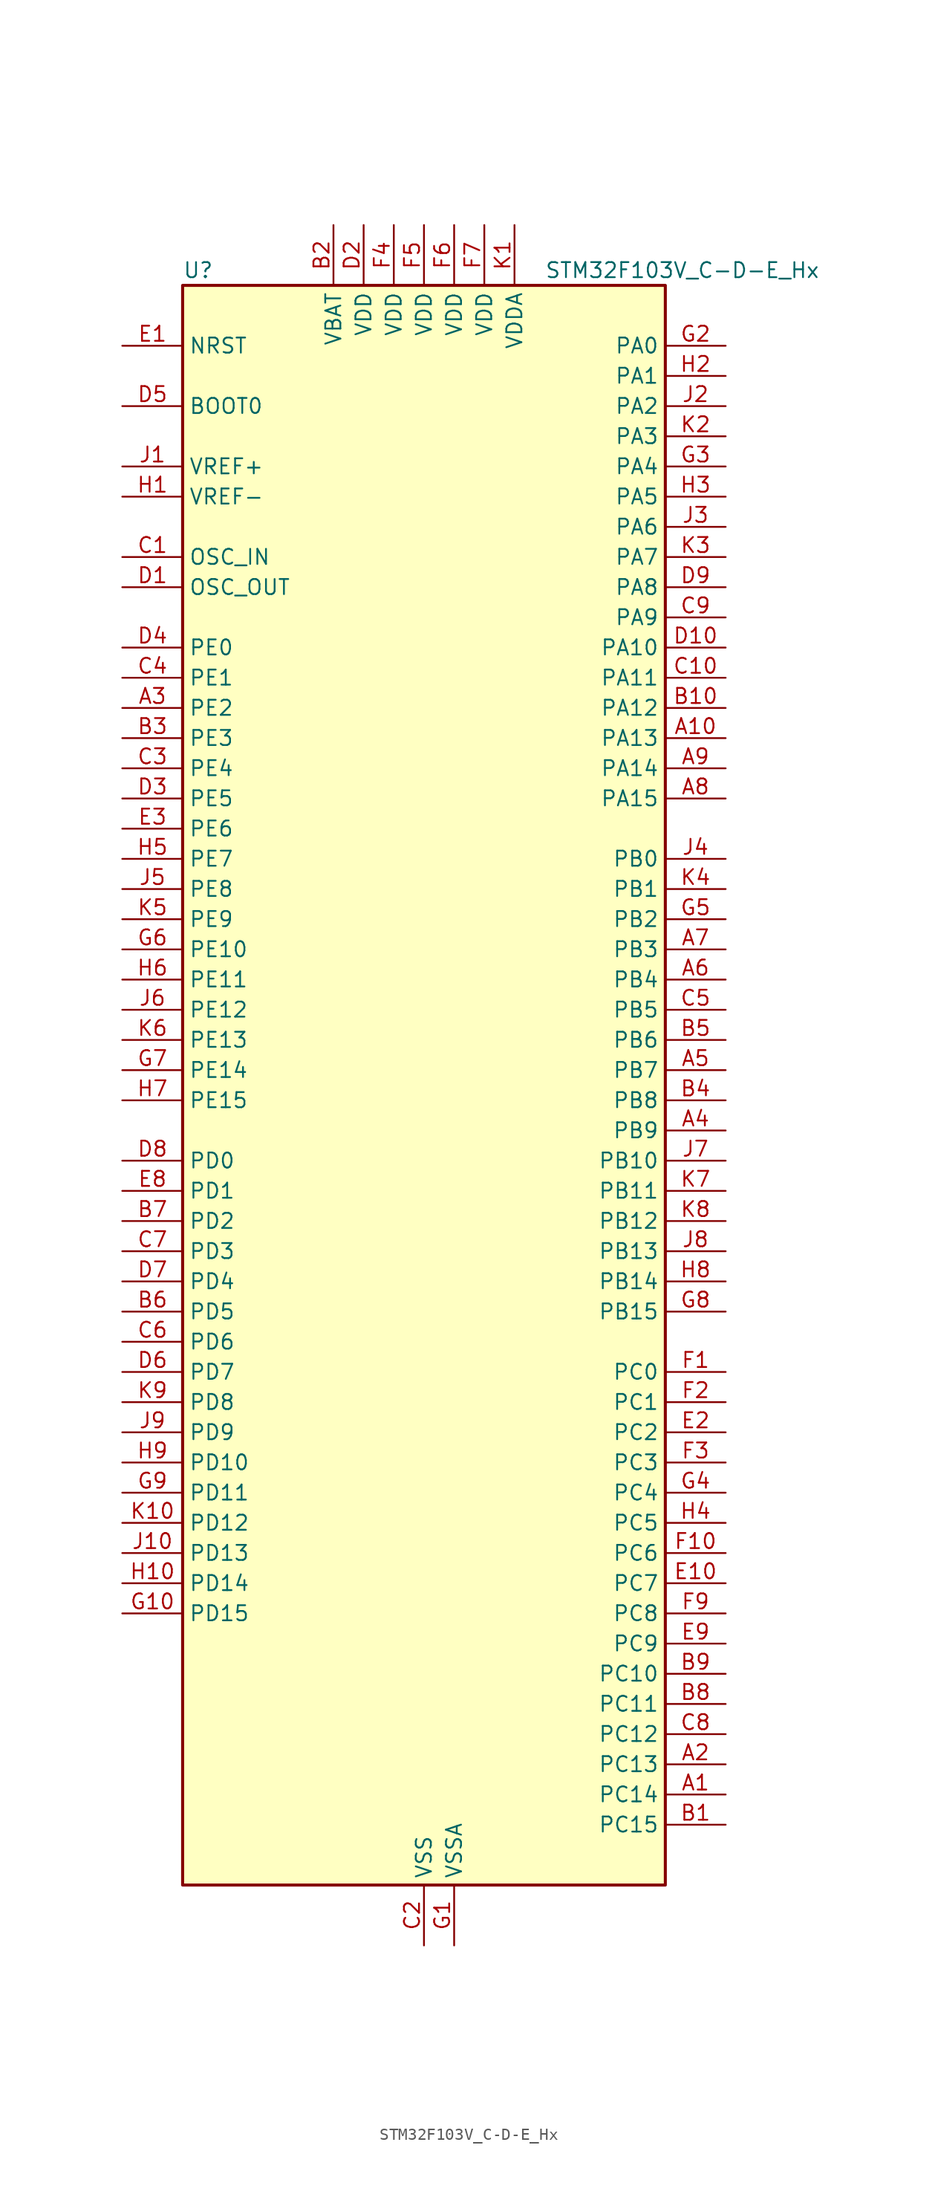
<source format=kicad_sym>
(kicad_symbol_lib
  (version 20241209)
  (generator "kicad_symbol_editor")
  (generator_version "9.0")
  (symbol "STM32F103V_C-D-E_Hx"
    (property "Reference" "U"
      (at -20.32 69.85 0)
      (effects (font (size 1.27 1.27)) (justify left)))
    (property "Value" "STM32F103V_C-D-E_Hx"
      (at 10.16 69.85 0)
      (effects (font (size 1.27 1.27)) (justify left)))
    (symbol "STM32F103V_C-D-E_Hx_0_1"
      (rectangle (start -20.32 -66.04) (end 20.32 68.58) (stroke (width 0.254) (type default)) (fill (type background))))
    (symbol "STM32F103V_C-D-E_Hx_1_1"
      (pin input line (at -25.4 63.5 0) (length 5.08) (name "NRST" (effects (font (size 1.27 1.27)))) (number "E1" (effects (font (size 1.27 1.27)))))
      (pin input line (at -25.4 58.42 0) (length 5.08) (name "BOOT0" (effects (font (size 1.27 1.27)))) (number "D5" (effects (font (size 1.27 1.27)))))
      (pin input line (at -25.4 53.34 0) (length 5.08) (name "VREF+" (effects (font (size 1.27 1.27)))) (number "J1" (effects (font (size 1.27 1.27)))))
      (pin input line (at -25.4 50.8 0) (length 5.08) (name "VREF-" (effects (font (size 1.27 1.27)))) (number "H1" (effects (font (size 1.27 1.27)))))
      (pin input line (at -25.4 45.72 0) (length 5.08) (name "OSC_IN" (effects (font (size 1.27 1.27)))) (number "C1" (effects (font (size 1.27 1.27)))) (alternate "RCC_OSC_IN" bidirectional line))
      (pin input line (at -25.4 43.18 0) (length 5.08) (name "OSC_OUT" (effects (font (size 1.27 1.27)))) (number "D1" (effects (font (size 1.27 1.27)))) (alternate "RCC_OSC_OUT" bidirectional line))
      (pin bidirectional line (at -25.4 38.1 0) (length 5.08) (name "PE0" (effects (font (size 1.27 1.27)))) (number "D4" (effects (font (size 1.27 1.27)))) (alternate "FSMC_NBL0" bidirectional line) (alternate "TIM4_ETR" bidirectional line))
      (pin bidirectional line (at -25.4 35.56 0) (length 5.08) (name "PE1" (effects (font (size 1.27 1.27)))) (number "C4" (effects (font (size 1.27 1.27)))) (alternate "FSMC_NBL1" bidirectional line))
      (pin bidirectional line (at -25.4 33.02 0) (length 5.08) (name "PE2" (effects (font (size 1.27 1.27)))) (number "A3" (effects (font (size 1.27 1.27)))) (alternate "FSMC_A23" bidirectional line) (alternate "SYS_TRACECLK" bidirectional line))
      (pin bidirectional line (at -25.4 30.48 0) (length 5.08) (name "PE3" (effects (font (size 1.27 1.27)))) (number "B3" (effects (font (size 1.27 1.27)))) (alternate "FSMC_A19" bidirectional line) (alternate "SYS_TRACED0" bidirectional line))
      (pin bidirectional line (at -25.4 27.94 0) (length 5.08) (name "PE4" (effects (font (size 1.27 1.27)))) (number "C3" (effects (font (size 1.27 1.27)))) (alternate "FSMC_A20" bidirectional line) (alternate "SYS_TRACED1" bidirectional line))
      (pin bidirectional line (at -25.4 25.4 0) (length 5.08) (name "PE5" (effects (font (size 1.27 1.27)))) (number "D3" (effects (font (size 1.27 1.27)))) (alternate "FSMC_A21" bidirectional line) (alternate "SYS_TRACED2" bidirectional line))
      (pin bidirectional line (at -25.4 22.86 0) (length 5.08) (name "PE6" (effects (font (size 1.27 1.27)))) (number "E3" (effects (font (size 1.27 1.27)))) (alternate "FSMC_A22" bidirectional line) (alternate "SYS_TRACED3" bidirectional line))
      (pin bidirectional line (at -25.4 20.32 0) (length 5.08) (name "PE7" (effects (font (size 1.27 1.27)))) (number "H5" (effects (font (size 1.27 1.27)))) (alternate "FSMC_D4" bidirectional line) (alternate "FSMC_DA4" bidirectional line) (alternate "TIM1_ETR" bidirectional line))
      (pin bidirectional line (at -25.4 17.78 0) (length 5.08) (name "PE8" (effects (font (size 1.27 1.27)))) (number "J5" (effects (font (size 1.27 1.27)))) (alternate "FSMC_D5" bidirectional line) (alternate "FSMC_DA5" bidirectional line) (alternate "TIM1_CH1N" bidirectional line))
      (pin bidirectional line (at -25.4 15.24 0) (length 5.08) (name "PE9" (effects (font (size 1.27 1.27)))) (number "K5" (effects (font (size 1.27 1.27)))) (alternate "DAC_EXTI9" bidirectional line) (alternate "FSMC_D6" bidirectional line) (alternate "FSMC_DA6" bidirectional line) (alternate "TIM1_CH1" bidirectional line))
      (pin bidirectional line (at -25.4 12.7 0) (length 5.08) (name "PE10" (effects (font (size 1.27 1.27)))) (number "G6" (effects (font (size 1.27 1.27)))) (alternate "FSMC_D7" bidirectional line) (alternate "FSMC_DA7" bidirectional line) (alternate "TIM1_CH2N" bidirectional line))
      (pin bidirectional line (at -25.4 10.16 0) (length 5.08) (name "PE11" (effects (font (size 1.27 1.27)))) (number "H6" (effects (font (size 1.27 1.27)))) (alternate "ADC1_EXTI11" bidirectional line) (alternate "ADC2_EXTI11" bidirectional line) (alternate "FSMC_D8" bidirectional line) (alternate "FSMC_DA8" bidirectional line) (alternate "TIM1_CH2" bidirectional line))
      (pin bidirectional line (at -25.4 7.62 0) (length 5.08) (name "PE12" (effects (font (size 1.27 1.27)))) (number "J6" (effects (font (size 1.27 1.27)))) (alternate "FSMC_D9" bidirectional line) (alternate "FSMC_DA9" bidirectional line) (alternate "TIM1_CH3N" bidirectional line))
      (pin bidirectional line (at -25.4 5.08 0) (length 5.08) (name "PE13" (effects (font (size 1.27 1.27)))) (number "K6" (effects (font (size 1.27 1.27)))) (alternate "FSMC_D10" bidirectional line) (alternate "FSMC_DA10" bidirectional line) (alternate "TIM1_CH3" bidirectional line))
      (pin bidirectional line (at -25.4 2.54 0) (length 5.08) (name "PE14" (effects (font (size 1.27 1.27)))) (number "G7" (effects (font (size 1.27 1.27)))) (alternate "FSMC_D11" bidirectional line) (alternate "FSMC_DA11" bidirectional line) (alternate "TIM1_CH4" bidirectional line))
      (pin bidirectional line (at -25.4 0 0) (length 5.08) (name "PE15" (effects (font (size 1.27 1.27)))) (number "H7" (effects (font (size 1.27 1.27)))) (alternate "ADC1_EXTI15" bidirectional line) (alternate "ADC2_EXTI15" bidirectional line) (alternate "FSMC_D12" bidirectional line) (alternate "FSMC_DA12" bidirectional line) (alternate "TIM1_BKIN" bidirectional line))
      (pin bidirectional line (at -25.4 -5.08 0) (length 5.08) (name "PD0" (effects (font (size 1.27 1.27)))) (number "D8" (effects (font (size 1.27 1.27)))) (alternate "CAN_RX" bidirectional line) (alternate "FSMC_D2" bidirectional line) (alternate "FSMC_DA2" bidirectional line))
      (pin bidirectional line (at -25.4 -7.62 0) (length 5.08) (name "PD1" (effects (font (size 1.27 1.27)))) (number "E8" (effects (font (size 1.27 1.27)))) (alternate "CAN_TX" bidirectional line) (alternate "FSMC_D3" bidirectional line) (alternate "FSMC_DA3" bidirectional line))
      (pin bidirectional line (at -25.4 -10.16 0) (length 5.08) (name "PD2" (effects (font (size 1.27 1.27)))) (number "B7" (effects (font (size 1.27 1.27)))) (alternate "SDIO_CMD" bidirectional line) (alternate "TIM3_ETR" bidirectional line) (alternate "UART5_RX" bidirectional line))
      (pin bidirectional line (at -25.4 -12.7 0) (length 5.08) (name "PD3" (effects (font (size 1.27 1.27)))) (number "C7" (effects (font (size 1.27 1.27)))) (alternate "FSMC_CLK" bidirectional line) (alternate "USART2_CTS" bidirectional line))
      (pin bidirectional line (at -25.4 -15.24 0) (length 5.08) (name "PD4" (effects (font (size 1.27 1.27)))) (number "D7" (effects (font (size 1.27 1.27)))) (alternate "FSMC_NOE" bidirectional line) (alternate "USART2_RTS" bidirectional line))
      (pin bidirectional line (at -25.4 -17.78 0) (length 5.08) (name "PD5" (effects (font (size 1.27 1.27)))) (number "B6" (effects (font (size 1.27 1.27)))) (alternate "FSMC_NWE" bidirectional line) (alternate "USART2_TX" bidirectional line))
      (pin bidirectional line (at -25.4 -20.32 0) (length 5.08) (name "PD6" (effects (font (size 1.27 1.27)))) (number "C6" (effects (font (size 1.27 1.27)))) (alternate "FSMC_NWAIT" bidirectional line) (alternate "USART2_RX" bidirectional line))
      (pin bidirectional line (at -25.4 -22.86 0) (length 5.08) (name "PD7" (effects (font (size 1.27 1.27)))) (number "D6" (effects (font (size 1.27 1.27)))) (alternate "FSMC_NCE2" bidirectional line) (alternate "FSMC_NE1" bidirectional line) (alternate "USART2_CK" bidirectional line))
      (pin bidirectional line (at -25.4 -25.4 0) (length 5.08) (name "PD8" (effects (font (size 1.27 1.27)))) (number "K9" (effects (font (size 1.27 1.27)))) (alternate "FSMC_D13" bidirectional line) (alternate "FSMC_DA13" bidirectional line) (alternate "USART3_TX" bidirectional line))
      (pin bidirectional line (at -25.4 -27.94 0) (length 5.08) (name "PD9" (effects (font (size 1.27 1.27)))) (number "J9" (effects (font (size 1.27 1.27)))) (alternate "DAC_EXTI9" bidirectional line) (alternate "FSMC_D14" bidirectional line) (alternate "FSMC_DA14" bidirectional line) (alternate "USART3_RX" bidirectional line))
      (pin bidirectional line (at -25.4 -30.48 0) (length 5.08) (name "PD10" (effects (font (size 1.27 1.27)))) (number "H9" (effects (font (size 1.27 1.27)))) (alternate "FSMC_D15" bidirectional line) (alternate "FSMC_DA15" bidirectional line) (alternate "USART3_CK" bidirectional line))
      (pin bidirectional line (at -25.4 -33.02 0) (length 5.08) (name "PD11" (effects (font (size 1.27 1.27)))) (number "G9" (effects (font (size 1.27 1.27)))) (alternate "ADC1_EXTI11" bidirectional line) (alternate "ADC2_EXTI11" bidirectional line) (alternate "FSMC_A16" bidirectional line) (alternate "FSMC_CLE" bidirectional line) (alternate "USART3_CTS" bidirectional line))
      (pin bidirectional line (at -25.4 -35.56 0) (length 5.08) (name "PD12" (effects (font (size 1.27 1.27)))) (number "K10" (effects (font (size 1.27 1.27)))) (alternate "FSMC_A17" bidirectional line) (alternate "FSMC_ALE" bidirectional line) (alternate "TIM4_CH1" bidirectional line) (alternate "USART3_RTS" bidirectional line))
      (pin bidirectional line (at -25.4 -38.1 0) (length 5.08) (name "PD13" (effects (font (size 1.27 1.27)))) (number "J10" (effects (font (size 1.27 1.27)))) (alternate "FSMC_A18" bidirectional line) (alternate "TIM4_CH2" bidirectional line))
      (pin bidirectional line (at -25.4 -40.64 0) (length 5.08) (name "PD14" (effects (font (size 1.27 1.27)))) (number "H10" (effects (font (size 1.27 1.27)))) (alternate "FSMC_D0" bidirectional line) (alternate "FSMC_DA0" bidirectional line) (alternate "TIM4_CH3" bidirectional line))
      (pin bidirectional line (at -25.4 -43.18 0) (length 5.08) (name "PD15" (effects (font (size 1.27 1.27)))) (number "G10" (effects (font (size 1.27 1.27)))) (alternate "ADC1_EXTI15" bidirectional line) (alternate "ADC2_EXTI15" bidirectional line) (alternate "FSMC_D1" bidirectional line) (alternate "FSMC_DA1" bidirectional line) (alternate "TIM4_CH4" bidirectional line))
      (pin no_connect line (at -20.32 -66.04 0) (length 5.08) (hide yes) (name "NC" (effects (font (size 1.27 1.27)))) (number "F8" (effects (font (size 1.27 1.27)))))
      (pin power_in line (at -7.62 73.66 270) (length 5.08) (name "VBAT" (effects (font (size 1.27 1.27)))) (number "B2" (effects (font (size 1.27 1.27)))))
      (pin power_in line (at -5.08 73.66 270) (length 5.08) (name "VDD" (effects (font (size 1.27 1.27)))) (number "D2" (effects (font (size 1.27 1.27)))))
      (pin power_in line (at -2.54 73.66 270) (length 5.08) (name "VDD" (effects (font (size 1.27 1.27)))) (number "F4" (effects (font (size 1.27 1.27)))))
      (pin power_in line (at 0 73.66 270) (length 5.08) (name "VDD" (effects (font (size 1.27 1.27)))) (number "F5" (effects (font (size 1.27 1.27)))))
      (pin power_in line (at 0 -71.12 90) (length 5.08) (name "VSS" (effects (font (size 1.27 1.27)))) (number "C2" (effects (font (size 1.27 1.27)))))
      (pin passive line (at 0 -71.12 90) (length 5.08) (hide yes) (name "VSS" (effects (font (size 1.27 1.27)))) (number "E4" (effects (font (size 1.27 1.27)))))
      (pin passive line (at 0 -71.12 90) (length 5.08) (hide yes) (name "VSS" (effects (font (size 1.27 1.27)))) (number "E5" (effects (font (size 1.27 1.27)))))
      (pin passive line (at 0 -71.12 90) (length 5.08) (hide yes) (name "VSS" (effects (font (size 1.27 1.27)))) (number "E6" (effects (font (size 1.27 1.27)))))
      (pin passive line (at 0 -71.12 90) (length 5.08) (hide yes) (name "VSS" (effects (font (size 1.27 1.27)))) (number "E7" (effects (font (size 1.27 1.27)))))
      (pin power_in line (at 2.54 73.66 270) (length 5.08) (name "VDD" (effects (font (size 1.27 1.27)))) (number "F6" (effects (font (size 1.27 1.27)))))
      (pin power_in line (at 2.54 -71.12 90) (length 5.08) (name "VSSA" (effects (font (size 1.27 1.27)))) (number "G1" (effects (font (size 1.27 1.27)))))
      (pin power_in line (at 5.08 73.66 270) (length 5.08) (name "VDD" (effects (font (size 1.27 1.27)))) (number "F7" (effects (font (size 1.27 1.27)))))
      (pin power_in line (at 7.62 73.66 270) (length 5.08) (name "VDDA" (effects (font (size 1.27 1.27)))) (number "K1" (effects (font (size 1.27 1.27)))))
      (pin bidirectional line (at 25.4 63.5 180) (length 5.08) (name "PA0" (effects (font (size 1.27 1.27)))) (number "G2" (effects (font (size 1.27 1.27)))) (alternate "ADC1_IN0" bidirectional line) (alternate "ADC2_IN0" bidirectional line) (alternate "ADC3_IN0" bidirectional line) (alternate "SYS_WKUP" bidirectional line) (alternate "TIM2_CH1" bidirectional line) (alternate "TIM2_ETR" bidirectional line) (alternate "TIM5_CH1" bidirectional line) (alternate "TIM8_ETR" bidirectional line) (alternate "USART2_CTS" bidirectional line))
      (pin bidirectional line (at 25.4 60.96 180) (length 5.08) (name "PA1" (effects (font (size 1.27 1.27)))) (number "H2" (effects (font (size 1.27 1.27)))) (alternate "ADC1_IN1" bidirectional line) (alternate "ADC2_IN1" bidirectional line) (alternate "ADC3_IN1" bidirectional line) (alternate "TIM2_CH2" bidirectional line) (alternate "TIM5_CH2" bidirectional line) (alternate "USART2_RTS" bidirectional line))
      (pin bidirectional line (at 25.4 58.42 180) (length 5.08) (name "PA2" (effects (font (size 1.27 1.27)))) (number "J2" (effects (font (size 1.27 1.27)))) (alternate "ADC1_IN2" bidirectional line) (alternate "ADC2_IN2" bidirectional line) (alternate "ADC3_IN2" bidirectional line) (alternate "TIM2_CH3" bidirectional line) (alternate "TIM5_CH3" bidirectional line) (alternate "USART2_TX" bidirectional line))
      (pin bidirectional line (at 25.4 55.88 180) (length 5.08) (name "PA3" (effects (font (size 1.27 1.27)))) (number "K2" (effects (font (size 1.27 1.27)))) (alternate "ADC1_IN3" bidirectional line) (alternate "ADC2_IN3" bidirectional line) (alternate "ADC3_IN3" bidirectional line) (alternate "TIM2_CH4" bidirectional line) (alternate "TIM5_CH4" bidirectional line) (alternate "USART2_RX" bidirectional line))
      (pin bidirectional line (at 25.4 53.34 180) (length 5.08) (name "PA4" (effects (font (size 1.27 1.27)))) (number "G3" (effects (font (size 1.27 1.27)))) (alternate "ADC1_IN4" bidirectional line) (alternate "ADC2_IN4" bidirectional line) (alternate "DAC_OUT1" bidirectional line) (alternate "SPI1_NSS" bidirectional line) (alternate "USART2_CK" bidirectional line))
      (pin bidirectional line (at 25.4 50.8 180) (length 5.08) (name "PA5" (effects (font (size 1.27 1.27)))) (number "H3" (effects (font (size 1.27 1.27)))) (alternate "ADC1_IN5" bidirectional line) (alternate "ADC2_IN5" bidirectional line) (alternate "DAC_OUT2" bidirectional line) (alternate "SPI1_SCK" bidirectional line))
      (pin bidirectional line (at 25.4 48.26 180) (length 5.08) (name "PA6" (effects (font (size 1.27 1.27)))) (number "J3" (effects (font (size 1.27 1.27)))) (alternate "ADC1_IN6" bidirectional line) (alternate "ADC2_IN6" bidirectional line) (alternate "SPI1_MISO" bidirectional line) (alternate "TIM1_BKIN" bidirectional line) (alternate "TIM3_CH1" bidirectional line) (alternate "TIM8_BKIN" bidirectional line))
      (pin bidirectional line (at 25.4 45.72 180) (length 5.08) (name "PA7" (effects (font (size 1.27 1.27)))) (number "K3" (effects (font (size 1.27 1.27)))) (alternate "ADC1_IN7" bidirectional line) (alternate "ADC2_IN7" bidirectional line) (alternate "SPI1_MOSI" bidirectional line) (alternate "TIM1_CH1N" bidirectional line) (alternate "TIM3_CH2" bidirectional line) (alternate "TIM8_CH1N" bidirectional line))
      (pin bidirectional line (at 25.4 43.18 180) (length 5.08) (name "PA8" (effects (font (size 1.27 1.27)))) (number "D9" (effects (font (size 1.27 1.27)))) (alternate "RCC_MCO" bidirectional line) (alternate "TIM1_CH1" bidirectional line) (alternate "USART1_CK" bidirectional line))
      (pin bidirectional line (at 25.4 40.64 180) (length 5.08) (name "PA9" (effects (font (size 1.27 1.27)))) (number "C9" (effects (font (size 1.27 1.27)))) (alternate "DAC_EXTI9" bidirectional line) (alternate "TIM1_CH2" bidirectional line) (alternate "USART1_TX" bidirectional line))
      (pin bidirectional line (at 25.4 38.1 180) (length 5.08) (name "PA10" (effects (font (size 1.27 1.27)))) (number "D10" (effects (font (size 1.27 1.27)))) (alternate "TIM1_CH3" bidirectional line) (alternate "USART1_RX" bidirectional line))
      (pin bidirectional line (at 25.4 35.56 180) (length 5.08) (name "PA11" (effects (font (size 1.27 1.27)))) (number "C10" (effects (font (size 1.27 1.27)))) (alternate "ADC1_EXTI11" bidirectional line) (alternate "ADC2_EXTI11" bidirectional line) (alternate "CAN_RX" bidirectional line) (alternate "TIM1_CH4" bidirectional line) (alternate "USART1_CTS" bidirectional line) (alternate "USB_DM" bidirectional line))
      (pin bidirectional line (at 25.4 33.02 180) (length 5.08) (name "PA12" (effects (font (size 1.27 1.27)))) (number "B10" (effects (font (size 1.27 1.27)))) (alternate "CAN_TX" bidirectional line) (alternate "TIM1_ETR" bidirectional line) (alternate "USART1_RTS" bidirectional line) (alternate "USB_DP" bidirectional line))
      (pin bidirectional line (at 25.4 30.48 180) (length 5.08) (name "PA13" (effects (font (size 1.27 1.27)))) (number "A10" (effects (font (size 1.27 1.27)))) (alternate "SYS_JTMS-SWDIO" bidirectional line))
      (pin bidirectional line (at 25.4 27.94 180) (length 5.08) (name "PA14" (effects (font (size 1.27 1.27)))) (number "A9" (effects (font (size 1.27 1.27)))) (alternate "SYS_JTCK-SWCLK" bidirectional line))
      (pin bidirectional line (at 25.4 25.4 180) (length 5.08) (name "PA15" (effects (font (size 1.27 1.27)))) (number "A8" (effects (font (size 1.27 1.27)))) (alternate "ADC1_EXTI15" bidirectional line) (alternate "ADC2_EXTI15" bidirectional line) (alternate "I2S3_WS" bidirectional line) (alternate "SPI1_NSS" bidirectional line) (alternate "SPI3_NSS" bidirectional line) (alternate "SYS_JTDI" bidirectional line) (alternate "TIM2_CH1" bidirectional line) (alternate "TIM2_ETR" bidirectional line))
      (pin bidirectional line (at 25.4 20.32 180) (length 5.08) (name "PB0" (effects (font (size 1.27 1.27)))) (number "J4" (effects (font (size 1.27 1.27)))) (alternate "ADC1_IN8" bidirectional line) (alternate "ADC2_IN8" bidirectional line) (alternate "TIM1_CH2N" bidirectional line) (alternate "TIM3_CH3" bidirectional line) (alternate "TIM8_CH2N" bidirectional line))
      (pin bidirectional line (at 25.4 17.78 180) (length 5.08) (name "PB1" (effects (font (size 1.27 1.27)))) (number "K4" (effects (font (size 1.27 1.27)))) (alternate "ADC1_IN9" bidirectional line) (alternate "ADC2_IN9" bidirectional line) (alternate "TIM1_CH3N" bidirectional line) (alternate "TIM3_CH4" bidirectional line) (alternate "TIM8_CH3N" bidirectional line))
      (pin bidirectional line (at 25.4 15.24 180) (length 5.08) (name "PB2" (effects (font (size 1.27 1.27)))) (number "G5" (effects (font (size 1.27 1.27)))))
      (pin bidirectional line (at 25.4 12.7 180) (length 5.08) (name "PB3" (effects (font (size 1.27 1.27)))) (number "A7" (effects (font (size 1.27 1.27)))) (alternate "I2S3_CK" bidirectional line) (alternate "SPI1_SCK" bidirectional line) (alternate "SPI3_SCK" bidirectional line) (alternate "SYS_JTDO-TRACESWO" bidirectional line) (alternate "TIM2_CH2" bidirectional line))
      (pin bidirectional line (at 25.4 10.16 180) (length 5.08) (name "PB4" (effects (font (size 1.27 1.27)))) (number "A6" (effects (font (size 1.27 1.27)))) (alternate "SPI1_MISO" bidirectional line) (alternate "SPI3_MISO" bidirectional line) (alternate "SYS_NJTRST" bidirectional line) (alternate "TIM3_CH1" bidirectional line))
      (pin bidirectional line (at 25.4 7.62 180) (length 5.08) (name "PB5" (effects (font (size 1.27 1.27)))) (number "C5" (effects (font (size 1.27 1.27)))) (alternate "I2C1_SMBA" bidirectional line) (alternate "I2S3_SD" bidirectional line) (alternate "SPI1_MOSI" bidirectional line) (alternate "SPI3_MOSI" bidirectional line) (alternate "TIM3_CH2" bidirectional line))
      (pin bidirectional line (at 25.4 5.08 180) (length 5.08) (name "PB6" (effects (font (size 1.27 1.27)))) (number "B5" (effects (font (size 1.27 1.27)))) (alternate "I2C1_SCL" bidirectional line) (alternate "TIM4_CH1" bidirectional line) (alternate "USART1_TX" bidirectional line))
      (pin bidirectional line (at 25.4 2.54 180) (length 5.08) (name "PB7" (effects (font (size 1.27 1.27)))) (number "A5" (effects (font (size 1.27 1.27)))) (alternate "FSMC_NL" bidirectional line) (alternate "I2C1_SDA" bidirectional line) (alternate "TIM4_CH2" bidirectional line) (alternate "USART1_RX" bidirectional line))
      (pin bidirectional line (at 25.4 0 180) (length 5.08) (name "PB8" (effects (font (size 1.27 1.27)))) (number "B4" (effects (font (size 1.27 1.27)))) (alternate "CAN_RX" bidirectional line) (alternate "I2C1_SCL" bidirectional line) (alternate "SDIO_D4" bidirectional line) (alternate "TIM4_CH3" bidirectional line))
      (pin bidirectional line (at 25.4 -2.54 180) (length 5.08) (name "PB9" (effects (font (size 1.27 1.27)))) (number "A4" (effects (font (size 1.27 1.27)))) (alternate "CAN_TX" bidirectional line) (alternate "DAC_EXTI9" bidirectional line) (alternate "I2C1_SDA" bidirectional line) (alternate "SDIO_D5" bidirectional line) (alternate "TIM4_CH4" bidirectional line))
      (pin bidirectional line (at 25.4 -5.08 180) (length 5.08) (name "PB10" (effects (font (size 1.27 1.27)))) (number "J7" (effects (font (size 1.27 1.27)))) (alternate "I2C2_SCL" bidirectional line) (alternate "TIM2_CH3" bidirectional line) (alternate "USART3_TX" bidirectional line))
      (pin bidirectional line (at 25.4 -7.62 180) (length 5.08) (name "PB11" (effects (font (size 1.27 1.27)))) (number "K7" (effects (font (size 1.27 1.27)))) (alternate "ADC1_EXTI11" bidirectional line) (alternate "ADC2_EXTI11" bidirectional line) (alternate "I2C2_SDA" bidirectional line) (alternate "TIM2_CH4" bidirectional line) (alternate "USART3_RX" bidirectional line))
      (pin bidirectional line (at 25.4 -10.16 180) (length 5.08) (name "PB12" (effects (font (size 1.27 1.27)))) (number "K8" (effects (font (size 1.27 1.27)))) (alternate "I2C2_SMBA" bidirectional line) (alternate "I2S2_WS" bidirectional line) (alternate "SPI2_NSS" bidirectional line) (alternate "TIM1_BKIN" bidirectional line) (alternate "USART3_CK" bidirectional line))
      (pin bidirectional line (at 25.4 -12.7 180) (length 5.08) (name "PB13" (effects (font (size 1.27 1.27)))) (number "J8" (effects (font (size 1.27 1.27)))) (alternate "I2S2_CK" bidirectional line) (alternate "SPI2_SCK" bidirectional line) (alternate "TIM1_CH1N" bidirectional line) (alternate "USART3_CTS" bidirectional line))
      (pin bidirectional line (at 25.4 -15.24 180) (length 5.08) (name "PB14" (effects (font (size 1.27 1.27)))) (number "H8" (effects (font (size 1.27 1.27)))) (alternate "SPI2_MISO" bidirectional line) (alternate "TIM1_CH2N" bidirectional line) (alternate "USART3_RTS" bidirectional line))
      (pin bidirectional line (at 25.4 -17.78 180) (length 5.08) (name "PB15" (effects (font (size 1.27 1.27)))) (number "G8" (effects (font (size 1.27 1.27)))) (alternate "ADC1_EXTI15" bidirectional line) (alternate "ADC2_EXTI15" bidirectional line) (alternate "I2S2_SD" bidirectional line) (alternate "SPI2_MOSI" bidirectional line) (alternate "TIM1_CH3N" bidirectional line))
      (pin bidirectional line (at 25.4 -22.86 180) (length 5.08) (name "PC0" (effects (font (size 1.27 1.27)))) (number "F1" (effects (font (size 1.27 1.27)))) (alternate "ADC1_IN10" bidirectional line) (alternate "ADC2_IN10" bidirectional line) (alternate "ADC3_IN10" bidirectional line))
      (pin bidirectional line (at 25.4 -25.4 180) (length 5.08) (name "PC1" (effects (font (size 1.27 1.27)))) (number "F2" (effects (font (size 1.27 1.27)))) (alternate "ADC1_IN11" bidirectional line) (alternate "ADC2_IN11" bidirectional line) (alternate "ADC3_IN11" bidirectional line))
      (pin bidirectional line (at 25.4 -27.94 180) (length 5.08) (name "PC2" (effects (font (size 1.27 1.27)))) (number "E2" (effects (font (size 1.27 1.27)))) (alternate "ADC1_IN12" bidirectional line) (alternate "ADC2_IN12" bidirectional line) (alternate "ADC3_IN12" bidirectional line))
      (pin bidirectional line (at 25.4 -30.48 180) (length 5.08) (name "PC3" (effects (font (size 1.27 1.27)))) (number "F3" (effects (font (size 1.27 1.27)))) (alternate "ADC1_IN13" bidirectional line) (alternate "ADC2_IN13" bidirectional line) (alternate "ADC3_IN13" bidirectional line))
      (pin bidirectional line (at 25.4 -33.02 180) (length 5.08) (name "PC4" (effects (font (size 1.27 1.27)))) (number "G4" (effects (font (size 1.27 1.27)))) (alternate "ADC1_IN14" bidirectional line) (alternate "ADC2_IN14" bidirectional line))
      (pin bidirectional line (at 25.4 -35.56 180) (length 5.08) (name "PC5" (effects (font (size 1.27 1.27)))) (number "H4" (effects (font (size 1.27 1.27)))) (alternate "ADC1_IN15" bidirectional line) (alternate "ADC2_IN15" bidirectional line))
      (pin bidirectional line (at 25.4 -38.1 180) (length 5.08) (name "PC6" (effects (font (size 1.27 1.27)))) (number "F10" (effects (font (size 1.27 1.27)))) (alternate "I2S2_MCK" bidirectional line) (alternate "SDIO_D6" bidirectional line) (alternate "TIM3_CH1" bidirectional line) (alternate "TIM8_CH1" bidirectional line))
      (pin bidirectional line (at 25.4 -40.64 180) (length 5.08) (name "PC7" (effects (font (size 1.27 1.27)))) (number "E10" (effects (font (size 1.27 1.27)))) (alternate "I2S3_MCK" bidirectional line) (alternate "SDIO_D7" bidirectional line) (alternate "TIM3_CH2" bidirectional line) (alternate "TIM8_CH2" bidirectional line))
      (pin bidirectional line (at 25.4 -43.18 180) (length 5.08) (name "PC8" (effects (font (size 1.27 1.27)))) (number "F9" (effects (font (size 1.27 1.27)))) (alternate "SDIO_D0" bidirectional line) (alternate "TIM3_CH3" bidirectional line) (alternate "TIM8_CH3" bidirectional line))
      (pin bidirectional line (at 25.4 -45.72 180) (length 5.08) (name "PC9" (effects (font (size 1.27 1.27)))) (number "E9" (effects (font (size 1.27 1.27)))) (alternate "DAC_EXTI9" bidirectional line) (alternate "SDIO_D1" bidirectional line) (alternate "TIM3_CH4" bidirectional line) (alternate "TIM8_CH4" bidirectional line))
      (pin bidirectional line (at 25.4 -48.26 180) (length 5.08) (name "PC10" (effects (font (size 1.27 1.27)))) (number "B9" (effects (font (size 1.27 1.27)))) (alternate "SDIO_D2" bidirectional line) (alternate "UART4_TX" bidirectional line) (alternate "USART3_TX" bidirectional line))
      (pin bidirectional line (at 25.4 -50.8 180) (length 5.08) (name "PC11" (effects (font (size 1.27 1.27)))) (number "B8" (effects (font (size 1.27 1.27)))) (alternate "ADC1_EXTI11" bidirectional line) (alternate "ADC2_EXTI11" bidirectional line) (alternate "SDIO_D3" bidirectional line) (alternate "UART4_RX" bidirectional line) (alternate "USART3_RX" bidirectional line))
      (pin bidirectional line (at 25.4 -53.34 180) (length 5.08) (name "PC12" (effects (font (size 1.27 1.27)))) (number "C8" (effects (font (size 1.27 1.27)))) (alternate "SDIO_CK" bidirectional line) (alternate "UART5_TX" bidirectional line) (alternate "USART3_CK" bidirectional line))
      (pin bidirectional line (at 25.4 -55.88 180) (length 5.08) (name "PC13" (effects (font (size 1.27 1.27)))) (number "A2" (effects (font (size 1.27 1.27)))) (alternate "RTC_OUT" bidirectional line) (alternate "RTC_TAMPER" bidirectional line))
      (pin bidirectional line (at 25.4 -58.42 180) (length 5.08) (name "PC14" (effects (font (size 1.27 1.27)))) (number "A1" (effects (font (size 1.27 1.27)))) (alternate "RCC_OSC32_IN" bidirectional line))
      (pin bidirectional line (at 25.4 -60.96 180) (length 5.08) (name "PC15" (effects (font (size 1.27 1.27)))) (number "B1" (effects (font (size 1.27 1.27)))) (alternate "ADC1_EXTI15" bidirectional line) (alternate "ADC2_EXTI15" bidirectional line) (alternate "RCC_OSC32_OUT" bidirectional line)))))
</source>
